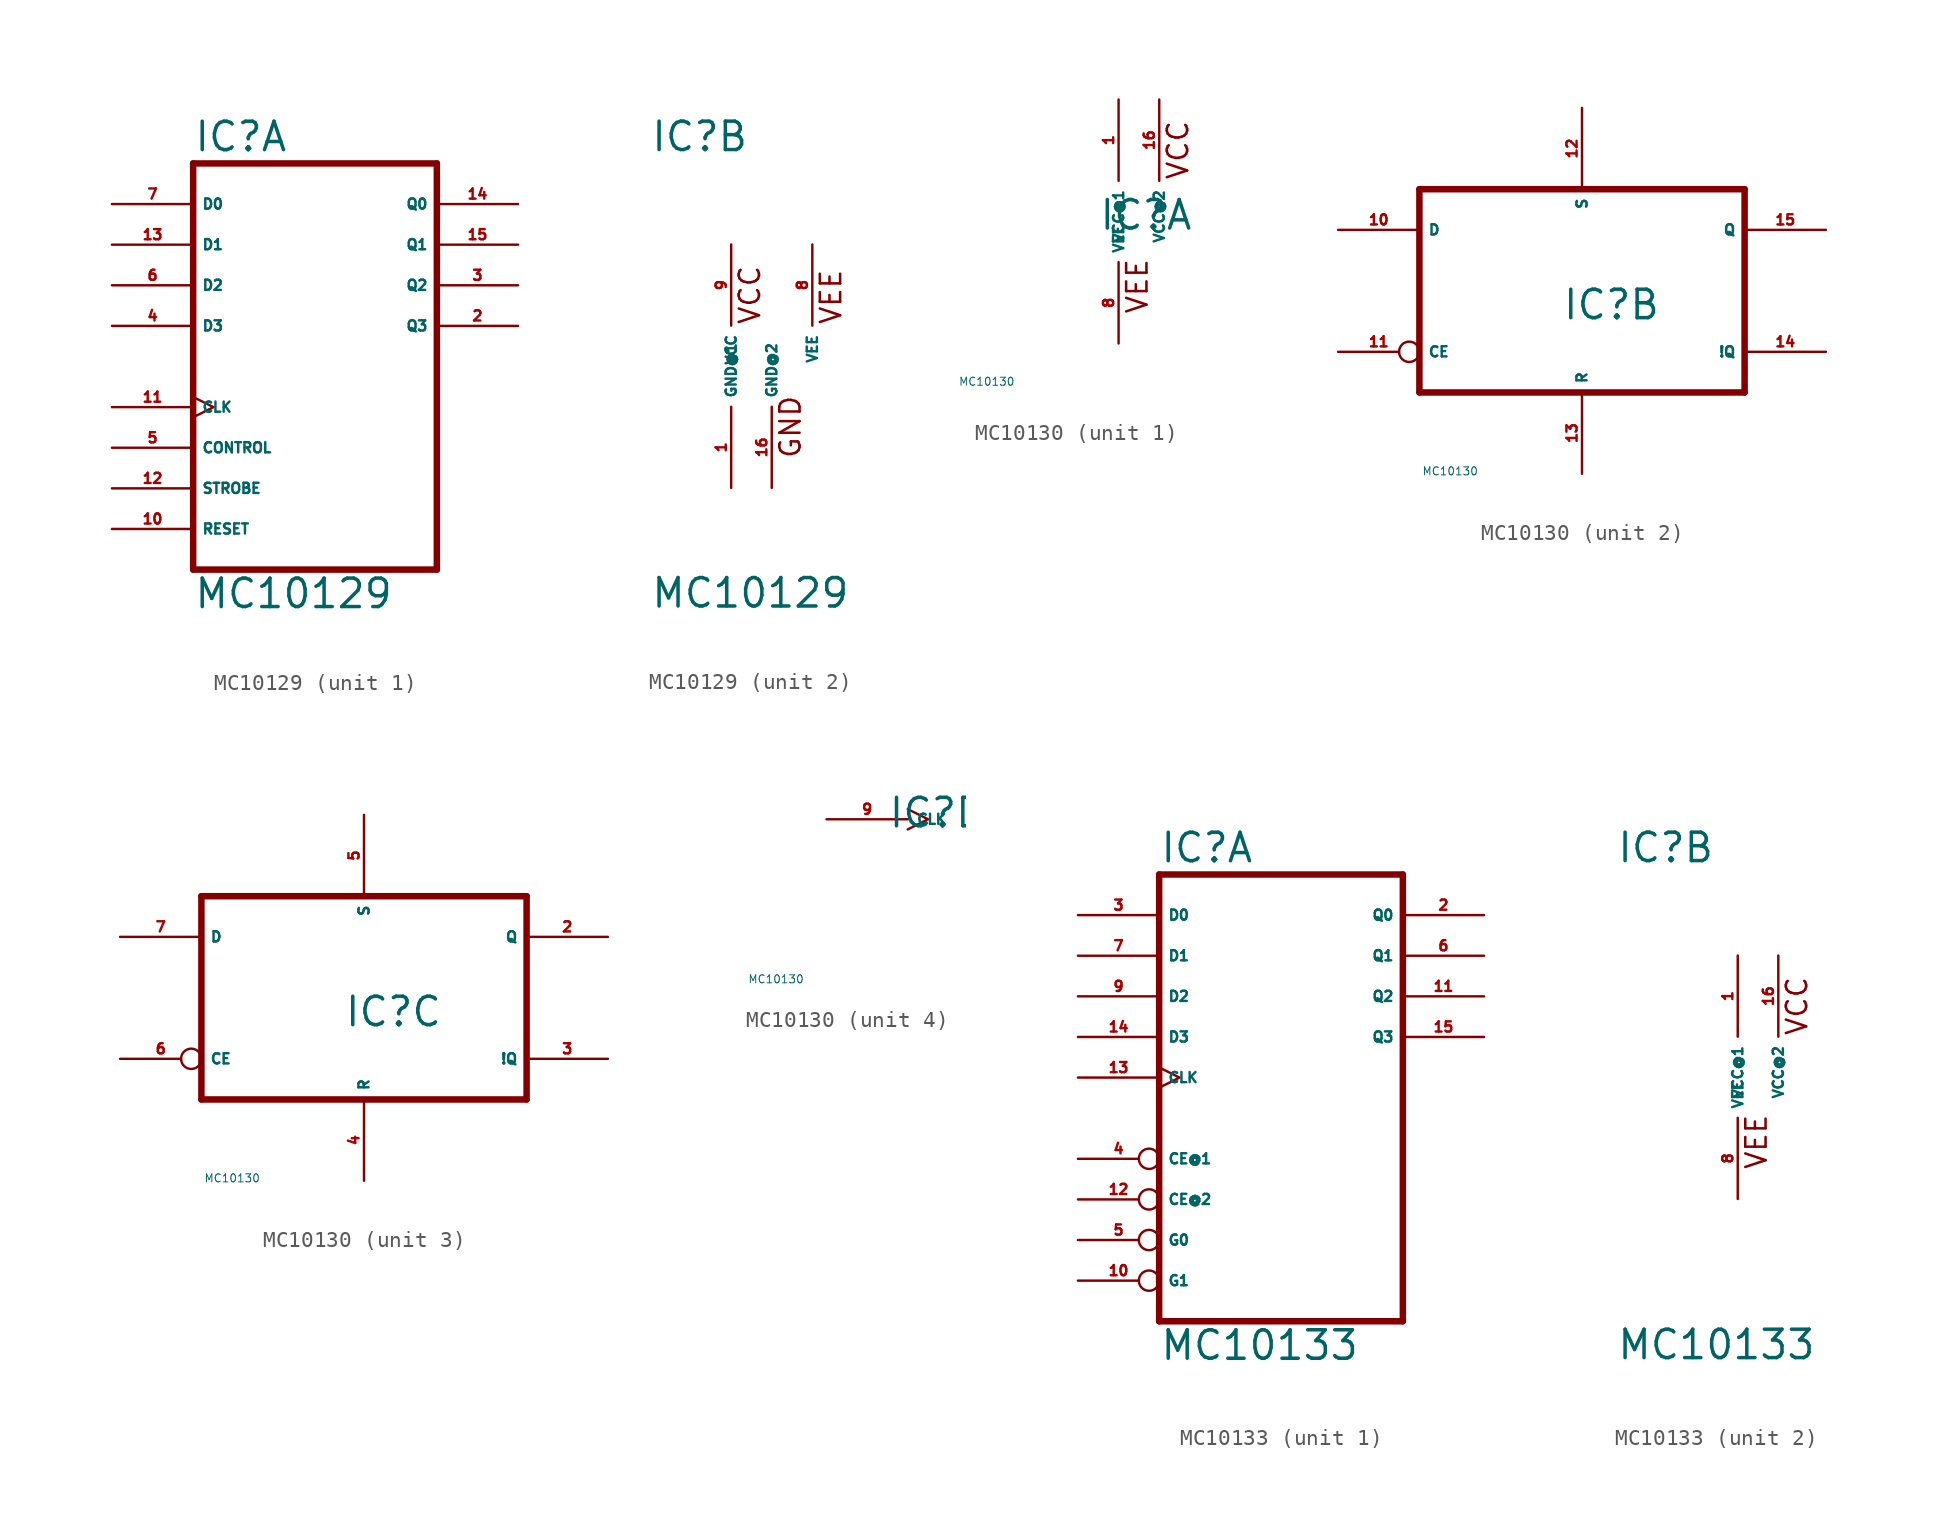
<source format=kicad_sym>
(kicad_symbol_lib
  (version 20220914)
  (generator Eagle2Kicad)
  (symbol "MC10129"
    (property "Reference" "IC"
      (at -7.62 13.335 0)
      (effects (font (size 1.778 1.778) (thickness 0.22)) (justify left bottom)))
    (property "Value" "MC10129"
      (at -7.62 -15.24 0)
      (effects (font (size 1.778 1.778) (thickness 0.22)) (justify left bottom)))
    (symbol "MC10129_1_0"
      (polyline (pts (xy -7.62 -12.7) (xy 7.62 -12.7)) (stroke (width 0.406) (type default)) (fill (type none)))
      (polyline (pts (xy 7.62 -12.7) (xy 7.62 12.7)) (stroke (width 0.406) (type default)) (fill (type none)))
      (polyline (pts (xy 7.62 12.7) (xy -7.62 12.7)) (stroke (width 0.406) (type default)) (fill (type none)))
      (polyline (pts (xy -7.62 12.7) (xy -7.62 -12.7)) (stroke (width 0.406) (type default)) (fill (type none)))
      (pin output line (at 12.7 2.54 180) (length 5.08) (name "Q3" (effects (font (size 0.635 0.635) (thickness 0.08)) (justify left bottom))) (number "2" (effects (font (size 0.635 0.635) (thickness 0.08)) (justify left bottom))))
      (pin output line (at 12.7 5.08 180) (length 5.08) (name "Q2" (effects (font (size 0.635 0.635) (thickness 0.08)) (justify left bottom))) (number "3" (effects (font (size 0.635 0.635) (thickness 0.08)) (justify left bottom))))
      (pin input line (at -12.7 2.54 0) (length 5.08) (name "D3" (effects (font (size 0.635 0.635) (thickness 0.08)) (justify left bottom))) (number "4" (effects (font (size 0.635 0.635) (thickness 0.08)) (justify left bottom))))
      (pin input line (at -12.7 -5.08 0) (length 5.08) (name "CONTROL" (effects (font (size 0.635 0.635) (thickness 0.08)) (justify left bottom))) (number "5" (effects (font (size 0.635 0.635) (thickness 0.08)) (justify left bottom))))
      (pin input line (at -12.7 5.08 0) (length 5.08) (name "D2" (effects (font (size 0.635 0.635) (thickness 0.08)) (justify left bottom))) (number "6" (effects (font (size 0.635 0.635) (thickness 0.08)) (justify left bottom))))
      (pin input line (at -12.7 -10.16 0) (length 5.08) (name "RESET" (effects (font (size 0.635 0.635) (thickness 0.08)) (justify left bottom))) (number "10" (effects (font (size 0.635 0.635) (thickness 0.08)) (justify left bottom))))
      (pin input clock (at -12.7 -2.54 0) (length 5.08) (name "CLK" (effects (font (size 0.635 0.635) (thickness 0.08)) (justify left bottom))) (number "11" (effects (font (size 0.635 0.635) (thickness 0.08)) (justify left bottom))))
      (pin input line (at -12.7 -7.62 0) (length 5.08) (name "STROBE" (effects (font (size 0.635 0.635) (thickness 0.08)) (justify left bottom))) (number "12" (effects (font (size 0.635 0.635) (thickness 0.08)) (justify left bottom))))
      (pin input line (at -12.7 7.62 0) (length 5.08) (name "D1" (effects (font (size 0.635 0.635) (thickness 0.08)) (justify left bottom))) (number "13" (effects (font (size 0.635 0.635) (thickness 0.08)) (justify left bottom))))
      (pin output line (at 12.7 10.16 180) (length 5.08) (name "Q0" (effects (font (size 0.635 0.635) (thickness 0.08)) (justify left bottom))) (number "14" (effects (font (size 0.635 0.635) (thickness 0.08)) (justify left bottom))))
      (pin output line (at 12.7 7.62 180) (length 5.08) (name "Q1" (effects (font (size 0.635 0.635) (thickness 0.08)) (justify left bottom))) (number "15" (effects (font (size 0.635 0.635) (thickness 0.08)) (justify left bottom))))
      (pin input line (at -12.7 10.16 0) (length 5.08) (name "D0" (effects (font (size 0.635 0.635) (thickness 0.08)) (justify left bottom))) (number "7" (effects (font (size 0.635 0.635) (thickness 0.08)) (justify left bottom)))))
    (symbol "MC10129_2_0"
      (text "VCC" (at -0.635 2.54 900) (effects (font (size 1.27 1.27) (thickness 0.16)) (justify left bottom)))
      (text "VEE" (at 4.445 2.54 900) (effects (font (size 1.27 1.27) (thickness 0.16)) (justify left bottom)))
      (text "GND" (at 1.905 -5.842 900) (effects (font (size 1.27 1.27) (thickness 0.16)) (justify left bottom)))
      (pin unspecified line (at -2.54 7.62 270) (length 5.08) (name "VCC" (effects (font (size 0.635 0.635) (thickness 0.08)) (justify left bottom))) (number "9" (effects (font (size 0.635 0.635) (thickness 0.08)) (justify left bottom))))
      (pin unspecified line (at 2.54 7.62 270) (length 5.08) (name "VEE" (effects (font (size 0.635 0.635) (thickness 0.08)) (justify left bottom))) (number "8" (effects (font (size 0.635 0.635) (thickness 0.08)) (justify left bottom))))
      (pin unspecified line (at -2.54 -7.62 90) (length 5.08) (name "GND@1" (effects (font (size 0.635 0.635) (thickness 0.08)) (justify left bottom))) (number "1" (effects (font (size 0.635 0.635) (thickness 0.08)) (justify left bottom))))
      (pin unspecified line (at 0 -7.62 90) (length 5.08) (name "GND@2" (effects (font (size 0.635 0.635) (thickness 0.08)) (justify left bottom))) (number "16" (effects (font (size 0.635 0.635) (thickness 0.08)) (justify left bottom))))))
  (symbol "MC10130"
    (property "Reference" "IC"
      (at -1.27 -0.635 0)
      (effects (font (size 1.778 1.778) (thickness 0.22)) (justify left bottom)))
    (property "Value" "MC10130"
      (at -10 -10 0)
      (effects (font (size 0.5 0.5) (thickness 0.06)) (justify left)))
    (symbol "MC10130_1_0"
      (text "VCC" (at 4.445 2.54 900) (effects (font (size 1.27 1.27) (thickness 0.16)) (justify left bottom)))
      (text "VEE" (at 1.905 -5.842 900) (effects (font (size 1.27 1.27) (thickness 0.16)) (justify left bottom)))
      (pin unspecified line (at 0 -7.62 90) (length 5.08) (name "VEE" (effects (font (size 0.635 0.635) (thickness 0.08)) (justify left bottom))) (number "8" (effects (font (size 0.635 0.635) (thickness 0.08)) (justify left bottom))))
      (pin unspecified line (at 0 7.62 270) (length 5.08) (name "VCC@1" (effects (font (size 0.635 0.635) (thickness 0.08)) (justify left bottom))) (number "1" (effects (font (size 0.635 0.635) (thickness 0.08)) (justify left bottom))))
      (pin unspecified line (at 2.54 7.62 270) (length 5.08) (name "VCC@2" (effects (font (size 0.635 0.635) (thickness 0.08)) (justify left bottom))) (number "16" (effects (font (size 0.635 0.635) (thickness 0.08)) (justify left bottom)))))
    (symbol "MC10130_2_0"
      (polyline (pts (xy -10.16 -5.08) (xy 10.16 -5.08)) (stroke (width 0.406) (type default)) (fill (type none)))
      (polyline (pts (xy 10.16 -5.08) (xy 10.16 7.62)) (stroke (width 0.406) (type default)) (fill (type none)))
      (polyline (pts (xy 10.16 7.62) (xy -10.16 7.62)) (stroke (width 0.406) (type default)) (fill (type none)))
      (polyline (pts (xy -10.16 7.62) (xy -10.16 -5.08)) (stroke (width 0.406) (type default)) (fill (type none)))
      (pin output line (at 15.24 5.08 180) (length 5.08) (name "Q" (effects (font (size 0.635 0.635) (thickness 0.08)) (justify left bottom))) (number "15" (effects (font (size 0.635 0.635) (thickness 0.08)) (justify left bottom))))
      (pin output line (at 15.24 -2.54 180) (length 5.08) (name "!Q" (effects (font (size 0.635 0.635) (thickness 0.08)) (justify left bottom))) (number "14" (effects (font (size 0.635 0.635) (thickness 0.08)) (justify left bottom))))
      (pin input line (at 0 -10.16 90) (length 5.08) (name "R" (effects (font (size 0.635 0.635) (thickness 0.08)) (justify left bottom))) (number "13" (effects (font (size 0.635 0.635) (thickness 0.08)) (justify left bottom))))
      (pin input line (at 0 12.7 270) (length 5.08) (name "S" (effects (font (size 0.635 0.635) (thickness 0.08)) (justify left bottom))) (number "12" (effects (font (size 0.635 0.635) (thickness 0.08)) (justify left bottom))))
      (pin input inverted (at -15.24 -2.54 0) (length 5.08) (name "CE" (effects (font (size 0.635 0.635) (thickness 0.08)) (justify left bottom))) (number "11" (effects (font (size 0.635 0.635) (thickness 0.08)) (justify left bottom))))
      (pin input line (at -15.24 5.08 0) (length 5.08) (name "D" (effects (font (size 0.635 0.635) (thickness 0.08)) (justify left bottom))) (number "10" (effects (font (size 0.635 0.635) (thickness 0.08)) (justify left bottom)))))
    (symbol "MC10130_3_0"
      (polyline (pts (xy -10.16 -5.08) (xy 10.16 -5.08)) (stroke (width 0.406) (type default)) (fill (type none)))
      (polyline (pts (xy 10.16 -5.08) (xy 10.16 7.62)) (stroke (width 0.406) (type default)) (fill (type none)))
      (polyline (pts (xy 10.16 7.62) (xy -10.16 7.62)) (stroke (width 0.406) (type default)) (fill (type none)))
      (polyline (pts (xy -10.16 7.62) (xy -10.16 -5.08)) (stroke (width 0.406) (type default)) (fill (type none)))
      (pin output line (at 15.24 5.08 180) (length 5.08) (name "Q" (effects (font (size 0.635 0.635) (thickness 0.08)) (justify left bottom))) (number "2" (effects (font (size 0.635 0.635) (thickness 0.08)) (justify left bottom))))
      (pin output line (at 15.24 -2.54 180) (length 5.08) (name "!Q" (effects (font (size 0.635 0.635) (thickness 0.08)) (justify left bottom))) (number "3" (effects (font (size 0.635 0.635) (thickness 0.08)) (justify left bottom))))
      (pin input line (at 0 -10.16 90) (length 5.08) (name "R" (effects (font (size 0.635 0.635) (thickness 0.08)) (justify left bottom))) (number "4" (effects (font (size 0.635 0.635) (thickness 0.08)) (justify left bottom))))
      (pin input line (at 0 12.7 270) (length 5.08) (name "S" (effects (font (size 0.635 0.635) (thickness 0.08)) (justify left bottom))) (number "5" (effects (font (size 0.635 0.635) (thickness 0.08)) (justify left bottom))))
      (pin input inverted (at -15.24 -2.54 0) (length 5.08) (name "CE" (effects (font (size 0.635 0.635) (thickness 0.08)) (justify left bottom))) (number "6" (effects (font (size 0.635 0.635) (thickness 0.08)) (justify left bottom))))
      (pin input line (at -15.24 5.08 0) (length 5.08) (name "D" (effects (font (size 0.635 0.635) (thickness 0.08)) (justify left bottom))) (number "7" (effects (font (size 0.635 0.635) (thickness 0.08)) (justify left bottom)))))
    (symbol "MC10130_4_0"
      (pin input clock (at -5.08 0 0) (length 5.08) (name "CLK" (effects (font (size 0.635 0.635) (thickness 0.08)) (justify left bottom))) (number "9" (effects (font (size 0.635 0.635) (thickness 0.08)) (justify left bottom))))))
  (symbol "MC10133"
    (property "Reference" "IC"
      (at -7.62 13.335 0)
      (effects (font (size 1.778 1.778) (thickness 0.22)) (justify left bottom)))
    (property "Value" "MC10133"
      (at -7.62 -17.78 0)
      (effects (font (size 1.778 1.778) (thickness 0.22)) (justify left bottom)))
    (symbol "MC10133_1_0"
      (polyline (pts (xy -7.62 -15.24) (xy 7.62 -15.24)) (stroke (width 0.406) (type default)) (fill (type none)))
      (polyline (pts (xy 7.62 -15.24) (xy 7.62 12.7)) (stroke (width 0.406) (type default)) (fill (type none)))
      (polyline (pts (xy 7.62 12.7) (xy -7.62 12.7)) (stroke (width 0.406) (type default)) (fill (type none)))
      (polyline (pts (xy -7.62 12.7) (xy -7.62 -15.24)) (stroke (width 0.406) (type default)) (fill (type none)))
      (pin output line (at 12.7 10.16 180) (length 5.08) (name "Q0" (effects (font (size 0.635 0.635) (thickness 0.08)) (justify left bottom))) (number "2" (effects (font (size 0.635 0.635) (thickness 0.08)) (justify left bottom))))
      (pin input line (at -12.7 10.16 0) (length 5.08) (name "D0" (effects (font (size 0.635 0.635) (thickness 0.08)) (justify left bottom))) (number "3" (effects (font (size 0.635 0.635) (thickness 0.08)) (justify left bottom))))
      (pin input inverted (at -12.7 -5.08 0) (length 5.08) (name "CE@1" (effects (font (size 0.635 0.635) (thickness 0.08)) (justify left bottom))) (number "4" (effects (font (size 0.635 0.635) (thickness 0.08)) (justify left bottom))))
      (pin input inverted (at -12.7 -10.16 0) (length 5.08) (name "G0" (effects (font (size 0.635 0.635) (thickness 0.08)) (justify left bottom))) (number "5" (effects (font (size 0.635 0.635) (thickness 0.08)) (justify left bottom))))
      (pin output line (at 12.7 7.62 180) (length 5.08) (name "Q1" (effects (font (size 0.635 0.635) (thickness 0.08)) (justify left bottom))) (number "6" (effects (font (size 0.635 0.635) (thickness 0.08)) (justify left bottom))))
      (pin input line (at -12.7 7.62 0) (length 5.08) (name "D1" (effects (font (size 0.635 0.635) (thickness 0.08)) (justify left bottom))) (number "7" (effects (font (size 0.635 0.635) (thickness 0.08)) (justify left bottom))))
      (pin input line (at -12.7 5.08 0) (length 5.08) (name "D2" (effects (font (size 0.635 0.635) (thickness 0.08)) (justify left bottom))) (number "9" (effects (font (size 0.635 0.635) (thickness 0.08)) (justify left bottom))))
      (pin input inverted (at -12.7 -12.7 0) (length 5.08) (name "G1" (effects (font (size 0.635 0.635) (thickness 0.08)) (justify left bottom))) (number "10" (effects (font (size 0.635 0.635) (thickness 0.08)) (justify left bottom))))
      (pin output line (at 12.7 5.08 180) (length 5.08) (name "Q2" (effects (font (size 0.635 0.635) (thickness 0.08)) (justify left bottom))) (number "11" (effects (font (size 0.635 0.635) (thickness 0.08)) (justify left bottom))))
      (pin input inverted (at -12.7 -7.62 0) (length 5.08) (name "CE@2" (effects (font (size 0.635 0.635) (thickness 0.08)) (justify left bottom))) (number "12" (effects (font (size 0.635 0.635) (thickness 0.08)) (justify left bottom))))
      (pin input clock (at -12.7 0 0) (length 5.08) (name "CLK" (effects (font (size 0.635 0.635) (thickness 0.08)) (justify left bottom))) (number "13" (effects (font (size 0.635 0.635) (thickness 0.08)) (justify left bottom))))
      (pin input line (at -12.7 2.54 0) (length 5.08) (name "D3" (effects (font (size 0.635 0.635) (thickness 0.08)) (justify left bottom))) (number "14" (effects (font (size 0.635 0.635) (thickness 0.08)) (justify left bottom))))
      (pin output line (at 12.7 2.54 180) (length 5.08) (name "Q3" (effects (font (size 0.635 0.635) (thickness 0.08)) (justify left bottom))) (number "15" (effects (font (size 0.635 0.635) (thickness 0.08)) (justify left bottom)))))
    (symbol "MC10133_2_0"
      (text "VCC" (at 4.445 2.54 900) (effects (font (size 1.27 1.27) (thickness 0.16)) (justify left bottom)))
      (text "VEE" (at 1.905 -5.842 900) (effects (font (size 1.27 1.27) (thickness 0.16)) (justify left bottom)))
      (pin unspecified line (at 0 -7.62 90) (length 5.08) (name "VEE" (effects (font (size 0.635 0.635) (thickness 0.08)) (justify left bottom))) (number "8" (effects (font (size 0.635 0.635) (thickness 0.08)) (justify left bottom))))
      (pin unspecified line (at 0 7.62 270) (length 5.08) (name "VCC@1" (effects (font (size 0.635 0.635) (thickness 0.08)) (justify left bottom))) (number "1" (effects (font (size 0.635 0.635) (thickness 0.08)) (justify left bottom))))
      (pin unspecified line (at 2.54 7.62 270) (length 5.08) (name "VCC@2" (effects (font (size 0.635 0.635) (thickness 0.08)) (justify left bottom))) (number "16" (effects (font (size 0.635 0.635) (thickness 0.08)) (justify left bottom)))))))
</source>
